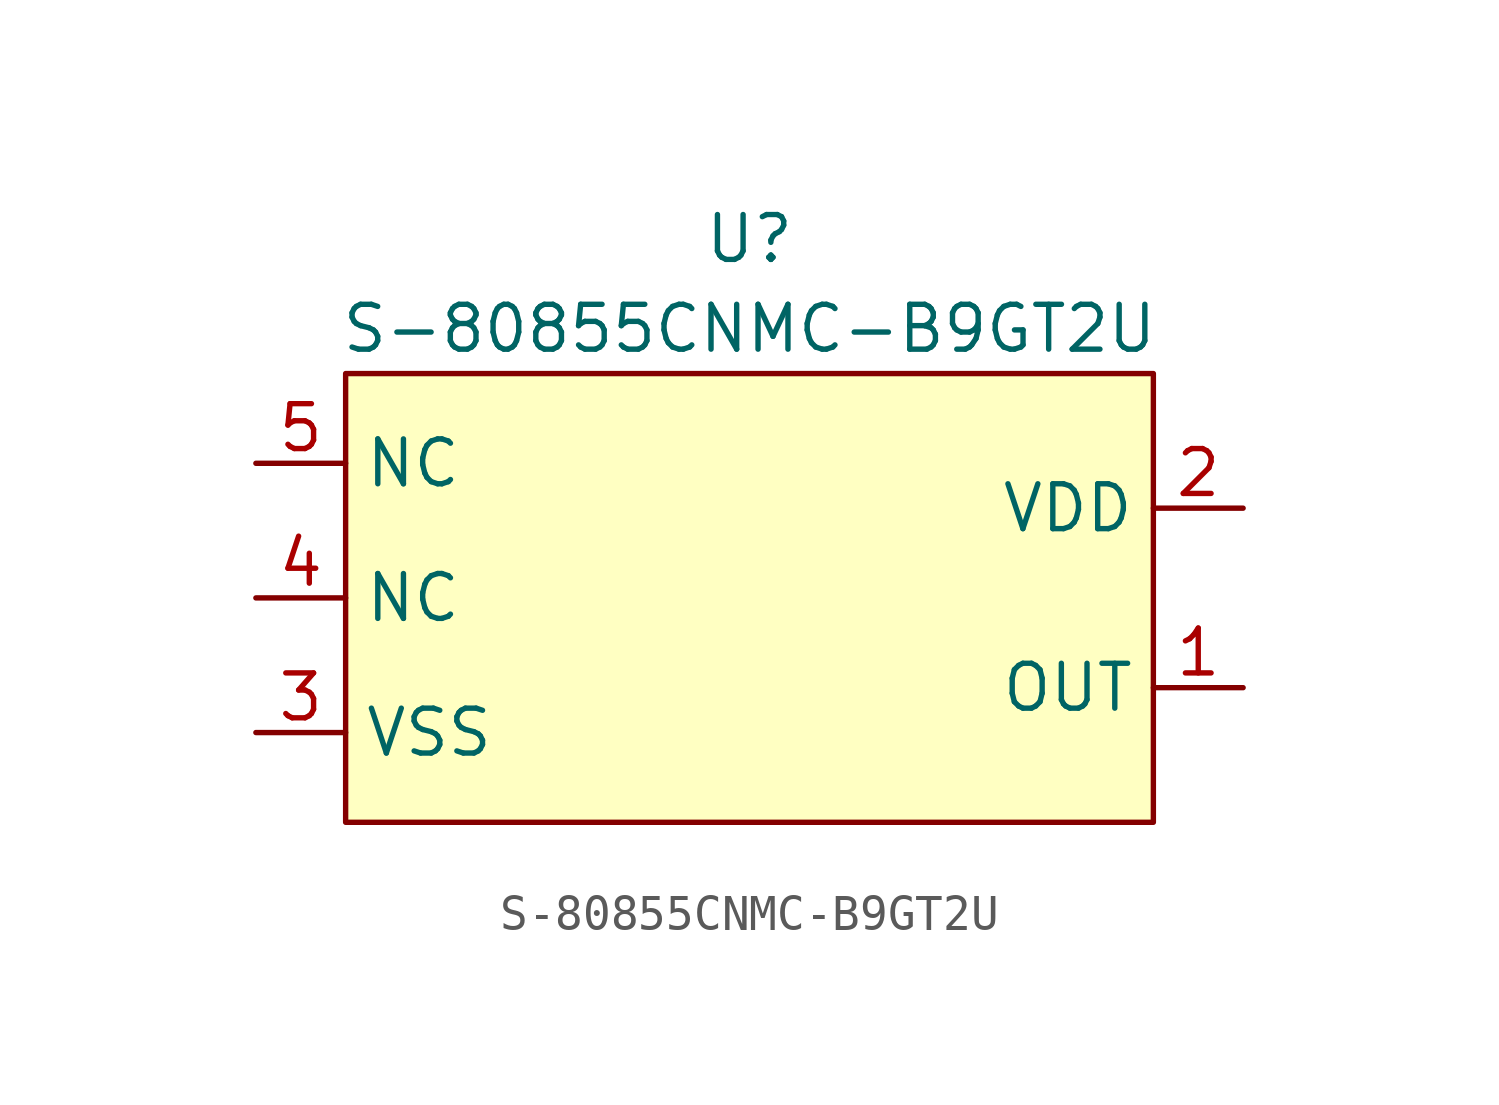
<source format=kicad_sym>
(kicad_symbol_lib
  (version 20231120)
  (generator "kicad_symbol_editor")
  (generator_version "8.0")
  (symbol "S-80855CNMC-B9GT2U"
    (property "Reference" "U"
      (at 0 0 0)
      (effects (font (size 1.27 1.27))))
    (property "Value" "S-80855CNMC-B9GT2U"
      (at 0 -2.54 0)
      (effects (font (size 1.27 1.27))))
    (symbol "S-80855CNMC-B9GT2U_1_1"
      (rectangle (start -11.43 -3.81) (end 11.43 -16.51) (stroke (width 0) (type default)) (fill (type background)))
      (pin output line (at 13.97 -12.7 180) (length 2.54) (name "OUT" (effects (font (size 1.27 1.27)))) (number "1" (effects (font (size 1.27 1.27)))))
      (pin passive line (at 13.97 -7.62 180) (length 2.54) (name "VDD" (effects (font (size 1.27 1.27)))) (number "2" (effects (font (size 1.27 1.27)))))
      (pin passive line (at -13.97 -13.97 0) (length 2.54) (name "VSS" (effects (font (size 1.27 1.27)))) (number "3" (effects (font (size 1.27 1.27)))))
      (pin passive line (at -13.97 -10.16 0) (length 2.54) (name "NC" (effects (font (size 1.27 1.27)))) (number "4" (effects (font (size 1.27 1.27)))))
      (pin passive line (at -13.97 -6.35 0) (length 2.54) (name "NC" (effects (font (size 1.27 1.27)))) (number "5" (effects (font (size 1.27 1.27))))))))
</source>
